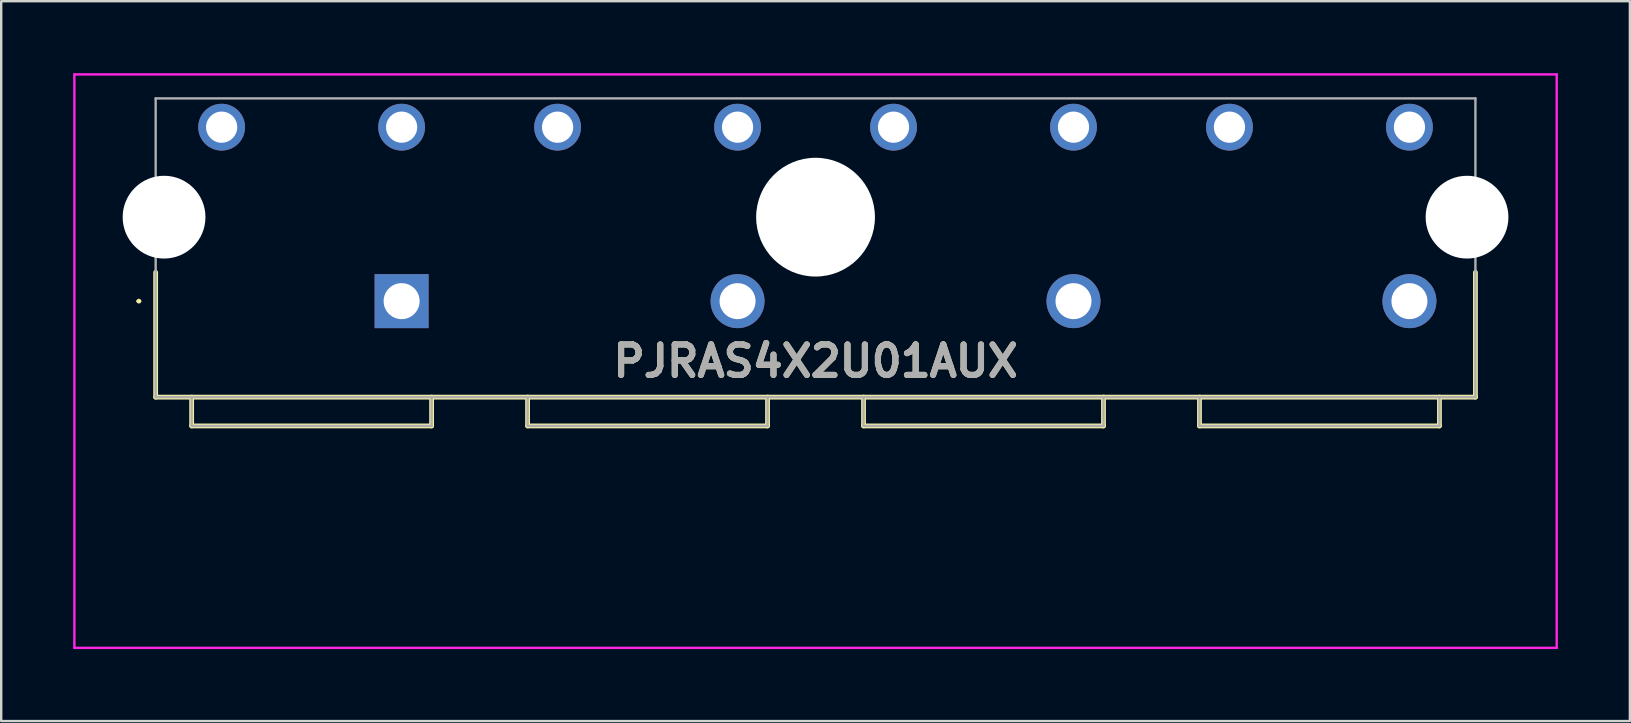
<source format=kicad_pcb>
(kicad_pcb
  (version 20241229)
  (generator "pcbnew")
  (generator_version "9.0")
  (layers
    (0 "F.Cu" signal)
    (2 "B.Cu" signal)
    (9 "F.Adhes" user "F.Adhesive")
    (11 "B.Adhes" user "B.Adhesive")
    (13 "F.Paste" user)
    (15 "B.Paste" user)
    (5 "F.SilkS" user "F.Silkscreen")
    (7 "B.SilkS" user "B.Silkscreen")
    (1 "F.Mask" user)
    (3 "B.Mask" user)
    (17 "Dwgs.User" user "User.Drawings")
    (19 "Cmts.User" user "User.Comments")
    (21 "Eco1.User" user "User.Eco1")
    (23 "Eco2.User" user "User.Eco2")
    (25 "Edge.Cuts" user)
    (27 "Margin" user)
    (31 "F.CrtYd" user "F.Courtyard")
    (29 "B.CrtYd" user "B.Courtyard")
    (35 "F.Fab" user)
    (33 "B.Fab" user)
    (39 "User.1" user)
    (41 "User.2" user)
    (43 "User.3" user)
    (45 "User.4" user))
  (footprint "PJRAS4X2U01AUX"
    (layer "F.Cu")
    (at 13.687 9.5)
    (property "Reference" "PJRAS4X2U01AUX" (at 17.25 2.5 0) (layer "F.SilkS") (effects (font (size 1.27 1.27) (thickness 0.254))))
    (attr through_hole)
    (fp_line (start -11 0) (end -11 0) (stroke (width 0.1) (type solid)) (layer "F.SilkS"))
    (fp_line (start -10.9 0) (end -10.9 0) (stroke (width 0.1) (type solid)) (layer "F.SilkS"))
    (fp_line (start -10.25 4) (end -10.25 -1.2) (stroke (width 0.2) (type solid)) (layer "F.SilkS"))
    (fp_line (start -8.75 4) (end -8.75 5.2) (stroke (width 0.2) (type solid)) (layer "F.SilkS"))
    (fp_line (start -8.75 5.2) (end 1.25 5.2) (stroke (width 0.2) (type solid)) (layer "F.SilkS"))
    (fp_line (start 1.25 5.2) (end 1.25 4) (stroke (width 0.2) (type solid)) (layer "F.SilkS"))
    (fp_line (start 5.25 4) (end 5.25 5.2) (stroke (width 0.2) (type solid)) (layer "F.SilkS"))
    (fp_line (start 5.25 5.2) (end 15.25 5.2) (stroke (width 0.2) (type solid)) (layer "F.SilkS"))
    (fp_line (start 15.25 5.2) (end 15.25 4) (stroke (width 0.2) (type solid)) (layer "F.SilkS"))
    (fp_line (start 19.25 4) (end 19.25 5.2) (stroke (width 0.2) (type solid)) (layer "F.SilkS"))
    (fp_line (start 19.25 5.2) (end 29.25 5.2) (stroke (width 0.2) (type solid)) (layer "F.SilkS"))
    (fp_line (start 29.25 5.2) (end 29.25 4) (stroke (width 0.2) (type solid)) (layer "F.SilkS"))
    (fp_line (start 33.25 4) (end 33.25 5.2) (stroke (width 0.2) (type solid)) (layer "F.SilkS"))
    (fp_line (start 33.25 5.2) (end 43.25 5.2) (stroke (width 0.2) (type solid)) (layer "F.SilkS"))
    (fp_line (start 43.25 5.2) (end 43.25 4) (stroke (width 0.2) (type solid)) (layer "F.SilkS"))
    (fp_line (start 44.75 -1.2) (end 44.75 4) (stroke (width 0.2) (type solid)) (layer "F.SilkS"))
    (fp_line (start 44.75 4) (end -10.25 4) (stroke (width 0.2) (type solid)) (layer "F.SilkS"))
    (fp_arc (start -11 0) (mid -10.95 -0.05) (end -10.9 0) (stroke (width 0.1) (type solid)) (layer "F.SilkS"))
    (fp_arc (start -10.9 0) (mid -10.95 0.05) (end -11 0) (stroke (width 0.1) (type solid)) (layer "F.SilkS"))
    (fp_line (start -13.637 -9.45) (end 48.137 -9.45) (stroke (width 0.1) (type solid)) (layer "F.CrtYd"))
    (fp_line (start -13.637 14.45) (end -13.637 -9.45) (stroke (width 0.1) (type solid)) (layer "F.CrtYd"))
    (fp_line (start 48.137 -9.45) (end 48.137 14.45) (stroke (width 0.1) (type solid)) (layer "F.CrtYd"))
    (fp_line (start 48.137 14.45) (end -13.637 14.45) (stroke (width 0.1) (type solid)) (layer "F.CrtYd"))
    (fp_line (start -10.25 -8.45) (end -10.25 4) (stroke (width 0.1) (type solid)) (layer "F.Fab"))
    (fp_line (start -10.25 4) (end 44.75 4) (stroke (width 0.1) (type solid)) (layer "F.Fab"))
    (fp_line (start -8.75 4) (end -8.75 5.2) (stroke (width 0.1) (type solid)) (layer "F.Fab"))
    (fp_line (start -8.75 5.2) (end 1.25 5.2) (stroke (width 0.1) (type solid)) (layer "F.Fab"))
    (fp_line (start 1.25 5.2) (end 1.25 4) (stroke (width 0.1) (type solid)) (layer "F.Fab"))
    (fp_line (start 5.25 4) (end 5.25 5.2) (stroke (width 0.1) (type solid)) (layer "F.Fab"))
    (fp_line (start 5.25 5.2) (end 15.25 5.2) (stroke (width 0.1) (type solid)) (layer "F.Fab"))
    (fp_line (start 15.25 5.2) (end 15.25 4) (stroke (width 0.1) (type solid)) (layer "F.Fab"))
    (fp_line (start 19.25 4) (end 19.25 5.2) (stroke (width 0.1) (type solid)) (layer "F.Fab"))
    (fp_line (start 19.25 5.2) (end 29.25 5.2) (stroke (width 0.1) (type solid)) (layer "F.Fab"))
    (fp_line (start 29.25 5.2) (end 29.25 4) (stroke (width 0.1) (type solid)) (layer "F.Fab"))
    (fp_line (start 33.25 4) (end 33.25 5.2) (stroke (width 0.1) (type solid)) (layer "F.Fab"))
    (fp_line (start 33.25 5.2) (end 43.25 5.2) (stroke (width 0.1) (type solid)) (layer "F.Fab"))
    (fp_line (start 43.25 5.2) (end 43.25 4) (stroke (width 0.1) (type solid)) (layer "F.Fab"))
    (fp_line (start 44.75 -8.45) (end -10.25 -8.45) (stroke (width 0.1) (type solid)) (layer "F.Fab"))
    (fp_line (start 44.75 4) (end 44.75 -8.45) (stroke (width 0.1) (type solid)) (layer "F.Fab"))
    (fp_text user "${REFERENCE}" (at 17.25 2.5 0) (layer "F.Fab") (effects (font (size 1.27 1.27) (thickness 0.254))))
    (pad "" np_thru_hole circle (at -9.9 -3.5) (size 3.45 3.45) (drill 3.45) (layers "*.Cu" "*.Mask"))
    (pad "" np_thru_hole circle (at 17.25 -3.5) (size 4.95 4.95) (drill 4.95) (layers "*.Cu" "*.Mask"))
    (pad "" np_thru_hole circle (at 44.4 -3.5) (size 3.45 3.45) (drill 3.45) (layers "*.Cu" "*.Mask"))
    (pad "S1" thru_hole rect (at 0 0) (size 2.25 2.25) (drill 1.5) (layers "*.Cu" "*.Mask"))
    (pad "S2" thru_hole circle (at 14 0) (size 2.25 2.25) (drill 1.5) (layers "*.Cu" "*.Mask"))
    (pad "S3" thru_hole circle (at 28 0) (size 2.25 2.25) (drill 1.5) (layers "*.Cu" "*.Mask"))
    (pad "S4" thru_hole circle (at 42 0) (size 2.25 2.25) (drill 1.5) (layers "*.Cu" "*.Mask"))
    (pad "T11" thru_hole circle (at -7.5 -7.25) (size 1.95 1.95) (drill 1.3) (layers "*.Cu" "*.Mask"))
    (pad "T12" thru_hole circle (at 0 -7.25) (size 1.95 1.95) (drill 1.3) (layers "*.Cu" "*.Mask"))
    (pad "T21" thru_hole circle (at 6.5 -7.25) (size 1.95 1.95) (drill 1.3) (layers "*.Cu" "*.Mask"))
    (pad "T22" thru_hole circle (at 14 -7.25) (size 1.95 1.95) (drill 1.3) (layers "*.Cu" "*.Mask"))
    (pad "T31" thru_hole circle (at 20.5 -7.25) (size 1.95 1.95) (drill 1.3) (layers "*.Cu" "*.Mask"))
    (pad "T32" thru_hole circle (at 28 -7.25) (size 1.95 1.95) (drill 1.3) (layers "*.Cu" "*.Mask"))
    (pad "T41" thru_hole circle (at 34.5 -7.25) (size 1.95 1.95) (drill 1.3) (layers "*.Cu" "*.Mask"))
    (pad "T42" thru_hole circle (at 42 -7.25) (size 1.95 1.95) (drill 1.3) (layers "*.Cu" "*.Mask")))
  (gr_rect
    (start -3 -3)
    (end 64.874 27)
    (stroke (width 0.1) (type default))
    (fill no)
    (layer "Edge.Cuts")))
</source>
